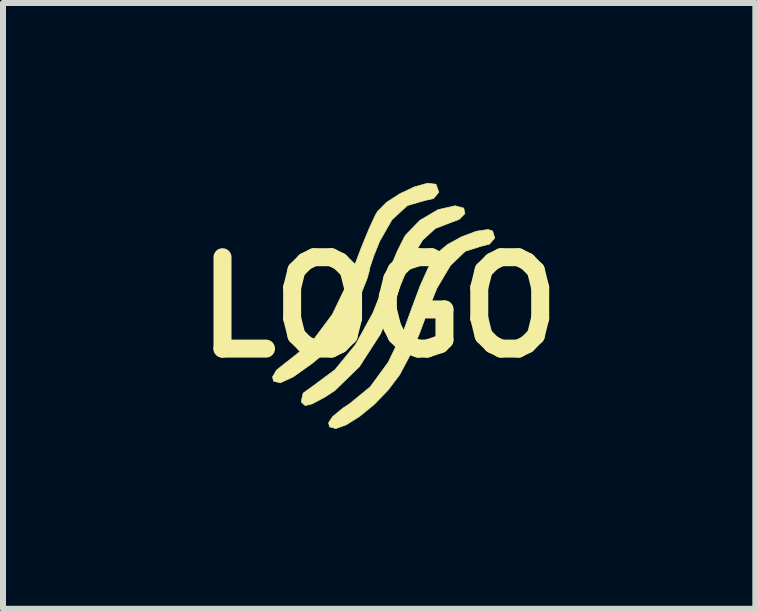
<source format=kicad_pcb>
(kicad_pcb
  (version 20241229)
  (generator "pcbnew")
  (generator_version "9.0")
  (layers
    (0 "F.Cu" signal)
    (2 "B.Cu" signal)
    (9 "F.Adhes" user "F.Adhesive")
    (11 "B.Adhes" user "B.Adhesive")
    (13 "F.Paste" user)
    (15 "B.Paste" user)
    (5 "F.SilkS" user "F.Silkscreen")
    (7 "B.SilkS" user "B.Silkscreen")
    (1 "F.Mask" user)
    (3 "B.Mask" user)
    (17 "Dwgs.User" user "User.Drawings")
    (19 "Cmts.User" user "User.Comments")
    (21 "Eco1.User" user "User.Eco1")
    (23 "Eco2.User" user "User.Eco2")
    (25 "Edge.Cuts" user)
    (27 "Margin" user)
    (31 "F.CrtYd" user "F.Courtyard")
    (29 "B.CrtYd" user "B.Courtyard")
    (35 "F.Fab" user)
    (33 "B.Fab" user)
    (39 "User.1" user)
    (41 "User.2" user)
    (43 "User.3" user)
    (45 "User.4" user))
  (footprint "LOGO"
    (layer "F.Cu")
    (at 3.273 2.074)
    (property "Reference" "LOGO" (at 0 0 0) (layer "F.SilkS") (effects (font (size 1.524 1.524) (thickness 0.3))))
    (attr through_hole)
    (fp_poly (pts (xy 1.411 -1.653) (xy 1.43 -1.562) (xy 1.333 -1.464) (xy 1.183 -1.409) (xy 0.935 -1.313) (xy 0.724 -1.119) (xy 0.534 -0.804) (xy 0.348 -0.348) (xy 0.308 -0.232) (xy 0.023 0.445) (xy -0.329 0.99) (xy -0.739 1.389) (xy -0.9 1.495) (xy -1.117 1.611) (xy -1.234 1.64) (xy -1.292 1.587) (xy -1.299 1.57) (xy -1.268 1.432) (xy -1.107 1.316) (xy -0.736 1.04) (xy -0.395 0.623) (xy -0.104 0.092) (xy 0.039 -0.267) (xy 0.169 -0.62) (xy 0.303 -0.937) (xy 0.416 -1.164) (xy 0.444 -1.208) (xy 0.681 -1.451) (xy 0.98 -1.627) (xy 1.266 -1.693) (xy 1.411 -1.653)) (stroke (width 0.01) (type solid)) (fill yes) (layer "F.SilkS"))
    (fp_poly (pts (xy 1.893 -1.271) (xy 1.928 -1.154) (xy 1.839 -1.052) (xy 1.695 -1.016) (xy 1.436 -0.934) (xy 1.188 -0.696) (xy 0.962 -0.315) (xy 0.807 0.075) (xy 0.667 0.451) (xy 0.504 0.82) (xy 0.352 1.108) (xy 0.34 1.128) (xy 0.147 1.384) (xy -0.083 1.621) (xy -0.323 1.818) (xy -0.546 1.959) (xy -0.723 2.023) (xy -0.828 1.994) (xy -0.844 1.926) (xy -0.776 1.823) (xy -0.605 1.682) (xy -0.493 1.609) (xy -0.148 1.326) (xy 0.152 0.915) (xy 0.418 0.361) (xy 0.556 -0.017) (xy 0.684 -0.36) (xy 0.82 -0.662) (xy 0.94 -0.87) (xy 0.961 -0.898) (xy 1.14 -1.047) (xy 1.378 -1.177) (xy 1.621 -1.268) (xy 1.816 -1.297) (xy 1.893 -1.271)) (stroke (width 0.01) (type solid)) (fill yes) (layer "F.SilkS"))
    (fp_poly (pts (xy 0.944 -2.052) (xy 0.95 -2.047) (xy 0.995 -1.919) (xy 0.908 -1.814) (xy 0.754 -1.778) (xy 0.47 -1.696) (xy 0.214 -1.46) (xy 0.009 -1.102) (xy -0.092 -0.85) (xy -0.157 -0.655) (xy -0.169 -0.589) (xy -0.204 -0.468) (xy -0.295 -0.242) (xy -0.422 0.04) (xy -0.429 0.054) (xy -0.688 0.499) (xy -1.009 0.847) (xy -1.114 0.934) (xy -1.431 1.16) (xy -1.648 1.26) (xy -1.761 1.233) (xy -1.778 1.161) (xy -1.711 1.047) (xy -1.55 0.918) (xy -1.536 0.909) (xy -1.128 0.584) (xy -0.781 0.119) (xy -0.486 -0.495) (xy -0.431 -0.642) (xy -0.297 -0.997) (xy -0.168 -1.311) (xy -0.064 -1.535) (xy -0.03 -1.595) (xy 0.12 -1.748) (xy 0.344 -1.893) (xy 0.589 -2.008) (xy 0.807 -2.069) (xy 0.944 -2.052)) (stroke (width 0.01) (type solid)) (fill yes) (layer "F.SilkS")))
  (gr_rect
    (start -3 -3)
    (end 9.546 7.102)
    (stroke (width 0.1) (type default))
    (fill no)
    (layer "Edge.Cuts")))
</source>
